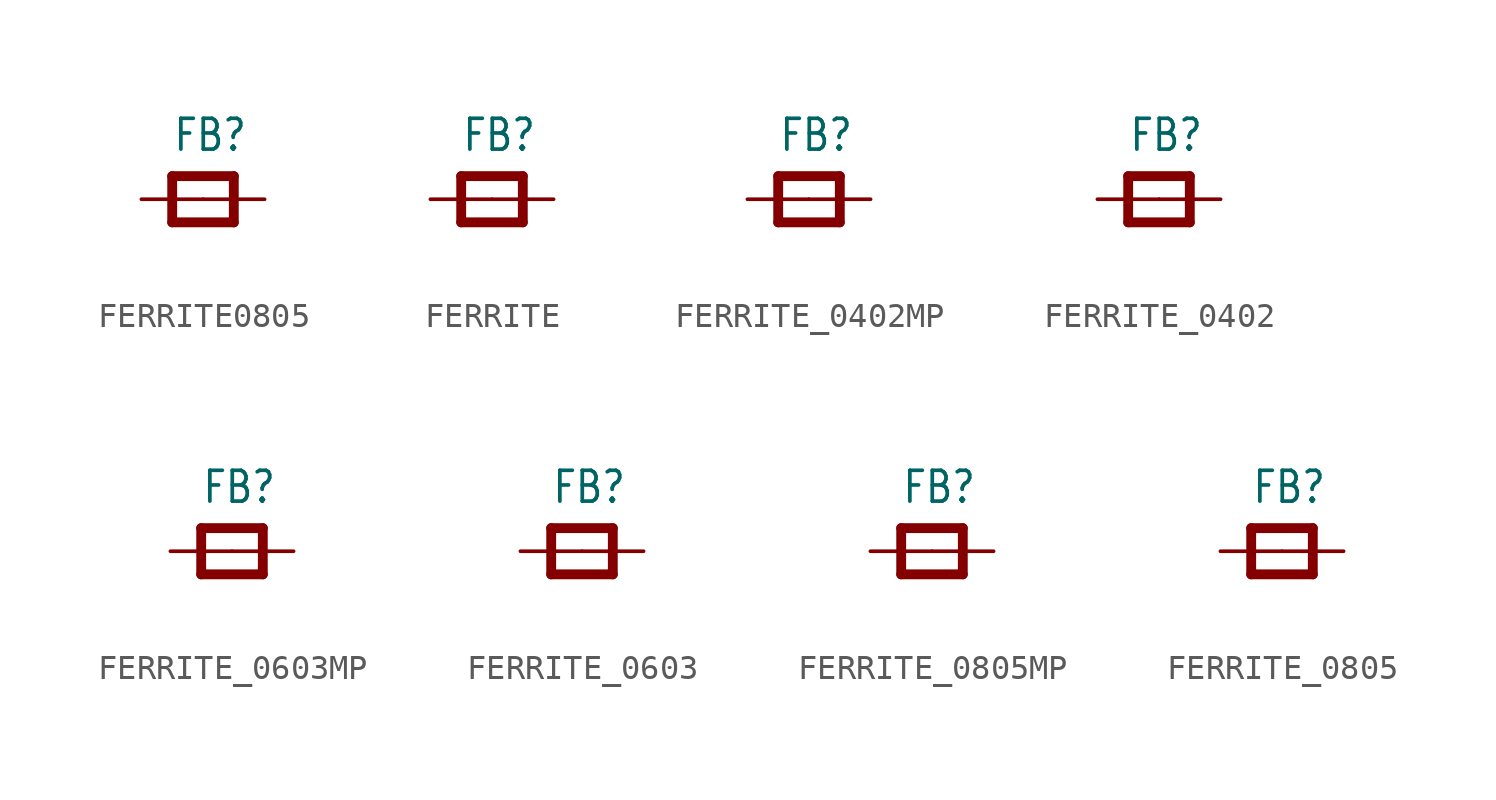
<source format=kicad_sym>
(kicad_symbol_lib
  (version 20220914)
  (generator kicad_symbol_editor)
  (symbol "FERRITE0805"
    (property "Reference" "FB"
      (at -1.27 1.905 0)
      (effects (font (size 1.27 1.079)) (justify left bottom)))
    (property "Value" ""
      (at -1.27 -3.175 0)
      (effects (font (size 1.27 1.079)) (justify left bottom)))
    (property "ki_locked" ""
      (at 0 0 0)
      (effects (font (size 1.27 1.27))))
    (symbol "FERRITE0805_1_0"
      (polyline (pts (xy -1.27 -0.953) (xy -1.27 0.953)) (stroke (width 0.406) (type solid)) (fill (type none)))
      (polyline (pts (xy -1.27 0.953) (xy 1.27 0.953)) (stroke (width 0.406) (type solid)) (fill (type none)))
      (polyline (pts (xy 1.27 -0.953) (xy -1.27 -0.953)) (stroke (width 0.406) (type solid)) (fill (type none)))
      (polyline (pts (xy 1.27 0.953) (xy 1.27 -0.953)) (stroke (width 0.406) (type solid)) (fill (type none)))
      (pin passive line (at -2.54 0 0) (length 2.54) (name "P$1" (effects (font (size 0 0)))) (number "1" (effects (font (size 0 0)))))
      (pin passive line (at 2.54 0 180) (length 2.54) (name "P$2" (effects (font (size 0 0)))) (number "2" (effects (font (size 0 0)))))))
  (symbol "FERRITE"
    (property "Reference" "FB"
      (at -1.27 1.905 0)
      (effects (font (size 1.27 1.079)) (justify left bottom)))
    (property "Value" ""
      (at -1.27 -3.175 0)
      (effects (font (size 1.27 1.079)) (justify left bottom)))
    (property "ki_locked" ""
      (at 0 0 0)
      (effects (font (size 1.27 1.27))))
    (symbol "FERRITE_1_0"
      (polyline (pts (xy -1.27 -0.953) (xy -1.27 0.953)) (stroke (width 0.406) (type solid)) (fill (type none)))
      (polyline (pts (xy -1.27 0.953) (xy 1.27 0.953)) (stroke (width 0.406) (type solid)) (fill (type none)))
      (polyline (pts (xy 1.27 -0.953) (xy -1.27 -0.953)) (stroke (width 0.406) (type solid)) (fill (type none)))
      (polyline (pts (xy 1.27 0.953) (xy 1.27 -0.953)) (stroke (width 0.406) (type solid)) (fill (type none)))
      (pin passive line (at -2.54 0 0) (length 2.54) (name "P$1" (effects (font (size 0 0)))) (number "1" (effects (font (size 0 0)))))
      (pin passive line (at 2.54 0 180) (length 2.54) (name "P$2" (effects (font (size 0 0)))) (number "2" (effects (font (size 0 0)))))))
  (symbol "FERRITE_0402MP"
    (property "Reference" "FB"
      (at -1.27 1.905 0)
      (effects (font (size 1.27 1.079)) (justify left bottom)))
    (property "Value" ""
      (at -1.27 -3.175 0)
      (effects (font (size 1.27 1.079)) (justify left bottom)))
    (property "ki_locked" ""
      (at 0 0 0)
      (effects (font (size 1.27 1.27))))
    (symbol "FERRITE_0402MP_1_0"
      (polyline (pts (xy -1.27 -0.953) (xy -1.27 0.953)) (stroke (width 0.406) (type solid)) (fill (type none)))
      (polyline (pts (xy -1.27 0.953) (xy 1.27 0.953)) (stroke (width 0.406) (type solid)) (fill (type none)))
      (polyline (pts (xy 1.27 -0.953) (xy -1.27 -0.953)) (stroke (width 0.406) (type solid)) (fill (type none)))
      (polyline (pts (xy 1.27 0.953) (xy 1.27 -0.953)) (stroke (width 0.406) (type solid)) (fill (type none)))
      (pin passive line (at -2.54 0 0) (length 2.54) (name "P$1" (effects (font (size 0 0)))) (number "1" (effects (font (size 0 0)))))
      (pin passive line (at 2.54 0 180) (length 2.54) (name "P$2" (effects (font (size 0 0)))) (number "2" (effects (font (size 0 0)))))))
  (symbol "FERRITE_0402"
    (property "Reference" "FB"
      (at -1.27 1.905 0)
      (effects (font (size 1.27 1.079)) (justify left bottom)))
    (property "Value" ""
      (at -1.27 -3.175 0)
      (effects (font (size 1.27 1.079)) (justify left bottom)))
    (property "ki_locked" ""
      (at 0 0 0)
      (effects (font (size 1.27 1.27))))
    (symbol "FERRITE_0402_1_0"
      (polyline (pts (xy -1.27 -0.953) (xy -1.27 0.953)) (stroke (width 0.406) (type solid)) (fill (type none)))
      (polyline (pts (xy -1.27 0.953) (xy 1.27 0.953)) (stroke (width 0.406) (type solid)) (fill (type none)))
      (polyline (pts (xy 1.27 -0.953) (xy -1.27 -0.953)) (stroke (width 0.406) (type solid)) (fill (type none)))
      (polyline (pts (xy 1.27 0.953) (xy 1.27 -0.953)) (stroke (width 0.406) (type solid)) (fill (type none)))
      (pin passive line (at -2.54 0 0) (length 2.54) (name "P$1" (effects (font (size 0 0)))) (number "1" (effects (font (size 0 0)))))
      (pin passive line (at 2.54 0 180) (length 2.54) (name "P$2" (effects (font (size 0 0)))) (number "2" (effects (font (size 0 0)))))))
  (symbol "FERRITE_0603MP"
    (property "Reference" "FB"
      (at -1.27 1.905 0)
      (effects (font (size 1.27 1.079)) (justify left bottom)))
    (property "Value" ""
      (at -1.27 -3.175 0)
      (effects (font (size 1.27 1.079)) (justify left bottom)))
    (property "ki_locked" ""
      (at 0 0 0)
      (effects (font (size 1.27 1.27))))
    (symbol "FERRITE_0603MP_1_0"
      (polyline (pts (xy -1.27 -0.953) (xy -1.27 0.953)) (stroke (width 0.406) (type solid)) (fill (type none)))
      (polyline (pts (xy -1.27 0.953) (xy 1.27 0.953)) (stroke (width 0.406) (type solid)) (fill (type none)))
      (polyline (pts (xy 1.27 -0.953) (xy -1.27 -0.953)) (stroke (width 0.406) (type solid)) (fill (type none)))
      (polyline (pts (xy 1.27 0.953) (xy 1.27 -0.953)) (stroke (width 0.406) (type solid)) (fill (type none)))
      (pin passive line (at -2.54 0 0) (length 2.54) (name "P$1" (effects (font (size 0 0)))) (number "1" (effects (font (size 0 0)))))
      (pin passive line (at 2.54 0 180) (length 2.54) (name "P$2" (effects (font (size 0 0)))) (number "2" (effects (font (size 0 0)))))))
  (symbol "FERRITE_0603"
    (property "Reference" "FB"
      (at -1.27 1.905 0)
      (effects (font (size 1.27 1.079)) (justify left bottom)))
    (property "Value" ""
      (at -1.27 -3.175 0)
      (effects (font (size 1.27 1.079)) (justify left bottom)))
    (property "ki_locked" ""
      (at 0 0 0)
      (effects (font (size 1.27 1.27))))
    (symbol "FERRITE_0603_1_0"
      (polyline (pts (xy -1.27 -0.953) (xy -1.27 0.953)) (stroke (width 0.406) (type solid)) (fill (type none)))
      (polyline (pts (xy -1.27 0.953) (xy 1.27 0.953)) (stroke (width 0.406) (type solid)) (fill (type none)))
      (polyline (pts (xy 1.27 -0.953) (xy -1.27 -0.953)) (stroke (width 0.406) (type solid)) (fill (type none)))
      (polyline (pts (xy 1.27 0.953) (xy 1.27 -0.953)) (stroke (width 0.406) (type solid)) (fill (type none)))
      (pin passive line (at -2.54 0 0) (length 2.54) (name "P$1" (effects (font (size 0 0)))) (number "1" (effects (font (size 0 0)))))
      (pin passive line (at 2.54 0 180) (length 2.54) (name "P$2" (effects (font (size 0 0)))) (number "2" (effects (font (size 0 0)))))))
  (symbol "FERRITE_0805MP"
    (property "Reference" "FB"
      (at -1.27 1.905 0)
      (effects (font (size 1.27 1.079)) (justify left bottom)))
    (property "Value" ""
      (at -1.27 -3.175 0)
      (effects (font (size 1.27 1.079)) (justify left bottom)))
    (property "ki_locked" ""
      (at 0 0 0)
      (effects (font (size 1.27 1.27))))
    (symbol "FERRITE_0805MP_1_0"
      (polyline (pts (xy -1.27 -0.953) (xy -1.27 0.953)) (stroke (width 0.406) (type solid)) (fill (type none)))
      (polyline (pts (xy -1.27 0.953) (xy 1.27 0.953)) (stroke (width 0.406) (type solid)) (fill (type none)))
      (polyline (pts (xy 1.27 -0.953) (xy -1.27 -0.953)) (stroke (width 0.406) (type solid)) (fill (type none)))
      (polyline (pts (xy 1.27 0.953) (xy 1.27 -0.953)) (stroke (width 0.406) (type solid)) (fill (type none)))
      (pin passive line (at -2.54 0 0) (length 2.54) (name "P$1" (effects (font (size 0 0)))) (number "1" (effects (font (size 0 0)))))
      (pin passive line (at 2.54 0 180) (length 2.54) (name "P$2" (effects (font (size 0 0)))) (number "2" (effects (font (size 0 0)))))))
  (symbol "FERRITE_0805"
    (property "Reference" "FB"
      (at -1.27 1.905 0)
      (effects (font (size 1.27 1.079)) (justify left bottom)))
    (property "Value" ""
      (at -1.27 -3.175 0)
      (effects (font (size 1.27 1.079)) (justify left bottom)))
    (property "ki_locked" ""
      (at 0 0 0)
      (effects (font (size 1.27 1.27))))
    (symbol "FERRITE_0805_1_0"
      (polyline (pts (xy -1.27 -0.953) (xy -1.27 0.953)) (stroke (width 0.406) (type solid)) (fill (type none)))
      (polyline (pts (xy -1.27 0.953) (xy 1.27 0.953)) (stroke (width 0.406) (type solid)) (fill (type none)))
      (polyline (pts (xy 1.27 -0.953) (xy -1.27 -0.953)) (stroke (width 0.406) (type solid)) (fill (type none)))
      (polyline (pts (xy 1.27 0.953) (xy 1.27 -0.953)) (stroke (width 0.406) (type solid)) (fill (type none)))
      (pin passive line (at -2.54 0 0) (length 2.54) (name "P$1" (effects (font (size 0 0)))) (number "1" (effects (font (size 0 0)))))
      (pin passive line (at 2.54 0 180) (length 2.54) (name "P$2" (effects (font (size 0 0)))) (number "2" (effects (font (size 0 0))))))))
</source>
